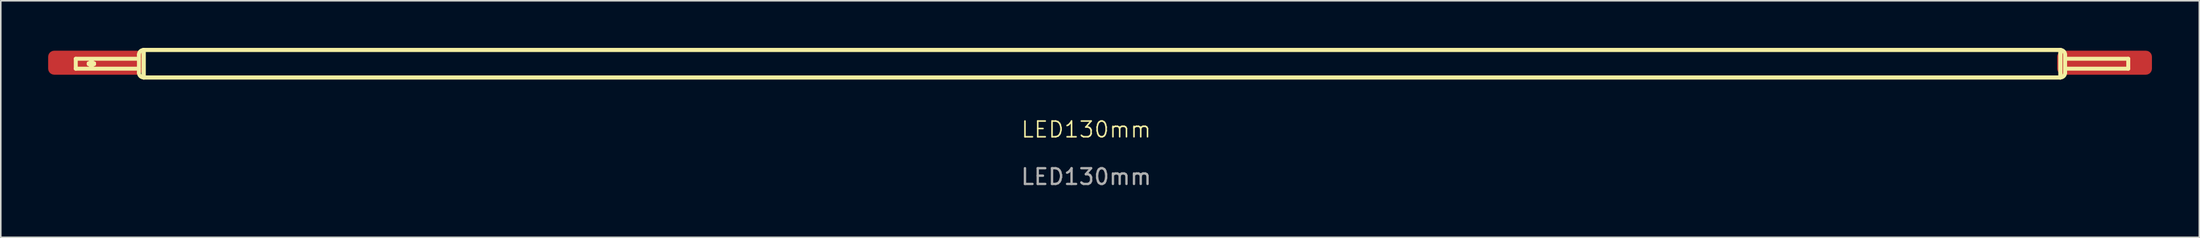
<source format=kicad_pcb>
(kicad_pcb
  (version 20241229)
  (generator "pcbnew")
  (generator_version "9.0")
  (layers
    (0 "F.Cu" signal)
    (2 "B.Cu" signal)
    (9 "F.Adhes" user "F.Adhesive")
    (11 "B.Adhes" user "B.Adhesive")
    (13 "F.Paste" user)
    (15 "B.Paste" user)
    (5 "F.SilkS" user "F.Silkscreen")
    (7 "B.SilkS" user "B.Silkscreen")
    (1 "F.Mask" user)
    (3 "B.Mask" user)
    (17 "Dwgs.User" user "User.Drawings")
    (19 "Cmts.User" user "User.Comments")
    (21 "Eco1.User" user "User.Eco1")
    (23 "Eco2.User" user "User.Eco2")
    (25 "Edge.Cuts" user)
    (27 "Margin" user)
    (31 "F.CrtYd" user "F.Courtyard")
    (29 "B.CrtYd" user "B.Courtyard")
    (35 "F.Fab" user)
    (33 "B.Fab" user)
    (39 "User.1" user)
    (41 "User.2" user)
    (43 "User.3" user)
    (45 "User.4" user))
  (footprint "LED130mm"
    (layer "F.Cu")
    (at 65.75 5.685)
    (property "Reference" "LED130mm" (at 0 -0.5 0) (unlocked yes) (layer "F.SilkS") (effects (font (size 1 1) (thickness 0.1))))
    (attr smd)
    (fp_line (start -64 -5) (end -60 -5) (stroke (width 0.25) (type solid)) (layer "F.SilkS"))
    (fp_line (start -64 -4.37) (end -64 -5) (stroke (width 0.25) (type solid)) (layer "F.SilkS"))
    (fp_line (start -63.181 -4.709) (end -63.033 -4.709) (stroke (width 0.25) (type solid)) (layer "F.SilkS"))
    (fp_line (start -63.181 -4.664) (end -63.181 -4.709) (stroke (width 0.25) (type solid)) (layer "F.SilkS"))
    (fp_line (start -63.033 -4.856) (end -62.988 -4.856) (stroke (width 0.25) (type solid)) (layer "F.SilkS"))
    (fp_line (start -63.033 -4.709) (end -63.033 -4.856) (stroke (width 0.25) (type solid)) (layer "F.SilkS"))
    (fp_line (start -63.033 -4.664) (end -63.181 -4.664) (stroke (width 0.25) (type solid)) (layer "F.SilkS"))
    (fp_line (start -63.033 -4.517) (end -63.033 -4.664) (stroke (width 0.25) (type solid)) (layer "F.SilkS"))
    (fp_line (start -62.988 -4.856) (end -62.988 -4.709) (stroke (width 0.25) (type solid)) (layer "F.SilkS"))
    (fp_line (start -62.988 -4.709) (end -62.841 -4.709) (stroke (width 0.25) (type solid)) (layer "F.SilkS"))
    (fp_line (start -62.988 -4.664) (end -62.988 -4.517) (stroke (width 0.25) (type solid)) (layer "F.SilkS"))
    (fp_line (start -62.988 -4.517) (end -63.033 -4.517) (stroke (width 0.25) (type solid)) (layer "F.SilkS"))
    (fp_line (start -62.841 -4.709) (end -62.841 -4.664) (stroke (width 0.25) (type solid)) (layer "F.SilkS"))
    (fp_line (start -62.841 -4.664) (end -62.988 -4.664) (stroke (width 0.25) (type solid)) (layer "F.SilkS"))
    (fp_line (start -60 -4.37) (end -64 -4.37) (stroke (width 0.25) (type solid)) (layer "F.SilkS"))
    (fp_line (start -60 -4.11) (end -60 -5.26) (stroke (width 0.25) (type solid)) (layer "F.SilkS"))
    (fp_line (start -59.7 -5.56) (end -59.7 -3.81) (stroke (width 0.25) (type solid)) (layer "F.SilkS"))
    (fp_line (start -59.7 -5.56) (end -59.7 -3.81) (stroke (width 0.25) (type solid)) (layer "F.SilkS"))
    (fp_line (start -59.7 -5.56) (end 61.7 -5.56) (stroke (width 0.25) (type solid)) (layer "F.SilkS"))
    (fp_line (start -59.7 -3.81) (end 61.7 -3.81) (stroke (width 0.25) (type solid)) (layer "F.SilkS"))
    (fp_line (start -59.7 -3.81) (end 61.7 -3.81) (stroke (width 0.25) (type solid)) (layer "F.SilkS"))
    (fp_line (start 61.7 -5.56) (end -59.7 -5.56) (stroke (width 0.25) (type solid)) (layer "F.SilkS"))
    (fp_line (start 61.7 -5.56) (end 61.7 -3.81) (stroke (width 0.25) (type solid)) (layer "F.SilkS"))
    (fp_line (start 61.7 -3.81) (end 61.7 -5.56) (stroke (width 0.25) (type solid)) (layer "F.SilkS"))
    (fp_line (start 62 -5.26) (end 62 -4.11) (stroke (width 0.25) (type solid)) (layer "F.SilkS"))
    (fp_line (start 62 -5) (end 66 -5) (stroke (width 0.25) (type solid)) (layer "F.SilkS"))
    (fp_line (start 66 -5) (end 66 -4.37) (stroke (width 0.25) (type solid)) (layer "F.SilkS"))
    (fp_line (start 66 -4.37) (end 62 -4.37) (stroke (width 0.25) (type solid)) (layer "F.SilkS"))
    (fp_arc (start -60 -5.260149) (mid -59.912132 -5.472281) (end -59.7 -5.560149) (stroke (width 0.25) (type solid)) (layer "F.SilkS"))
    (fp_arc (start -59.7 -3.810149) (mid -59.912132 -3.898017) (end -60 -4.110149) (stroke (width 0.25) (type solid)) (layer "F.SilkS"))
    (fp_arc (start 61.7 -5.560149) (mid 61.912132 -5.472281) (end 62 -5.260149) (stroke (width 0.25) (type solid)) (layer "F.SilkS"))
    (fp_arc (start 62 -4.110149) (mid 61.912132 -3.898017) (end 61.7 -3.810149) (stroke (width 0.25) (type solid)) (layer "F.SilkS"))
    (fp_text user "${REFERENCE}" (at 0 2.5 0) (unlocked yes) (layer "F.Fab") (effects (font (size 1 1) (thickness 0.15))))
    (pad "1" smd roundrect (at -62.75 -4.75) (size 6 1.524) (layers "F.Cu" "F.Mask" "F.Paste") (roundrect_rratio 0.25))
    (pad "2" smd roundrect (at 64.5 -4.75) (size 6 1.524) (layers "F.Cu" "F.Mask" "F.Paste") (roundrect_rratio 0.25)))
  (gr_rect
    (start -3 -3)
    (end 136.25 12.033)
    (stroke (width 0.1) (type default))
    (fill no)
    (layer "Edge.Cuts")))
</source>
